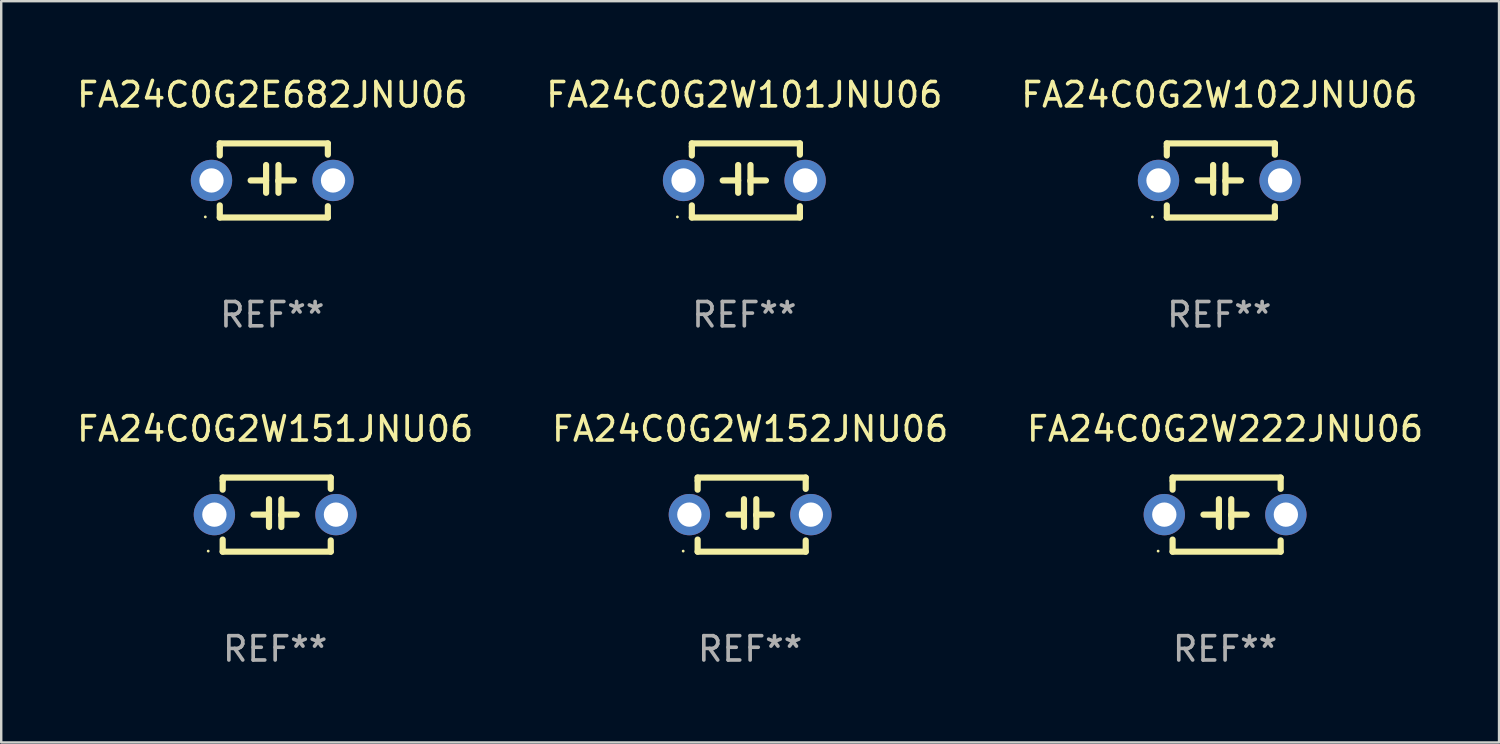
<source format=kicad_pcb>
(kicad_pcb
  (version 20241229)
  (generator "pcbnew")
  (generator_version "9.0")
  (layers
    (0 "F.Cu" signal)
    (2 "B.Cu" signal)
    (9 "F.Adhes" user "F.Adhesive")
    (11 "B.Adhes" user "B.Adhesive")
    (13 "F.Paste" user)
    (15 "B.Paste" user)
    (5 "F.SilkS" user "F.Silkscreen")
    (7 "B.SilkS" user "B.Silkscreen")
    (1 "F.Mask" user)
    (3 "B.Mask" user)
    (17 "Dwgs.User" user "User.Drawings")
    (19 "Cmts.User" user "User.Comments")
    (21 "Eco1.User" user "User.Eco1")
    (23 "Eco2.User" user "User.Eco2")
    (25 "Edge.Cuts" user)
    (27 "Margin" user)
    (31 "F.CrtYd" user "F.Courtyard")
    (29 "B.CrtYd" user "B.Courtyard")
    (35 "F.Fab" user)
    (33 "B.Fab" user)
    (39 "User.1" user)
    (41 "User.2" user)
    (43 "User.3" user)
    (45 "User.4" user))
  (footprint "FA24C0G2W152JNU06"
    (layer "F.Cu")
    (at 27.804 18.117)
    (property "Reference" "FA24C0G2W152JNU06" (at 0 -3.524 0) (layer "F.SilkS") (effects (font (size 1 1) (thickness 0.15))))
    (attr through_hole)
    (fp_line (start -2.159 -1.524) (end 2.286 -1.524) (stroke (width 0.254) (type solid)) (layer "F.SilkS"))
    (fp_line (start -2.159 -1.397) (end -2.159 -1.524) (stroke (width 0.254) (type solid)) (layer "F.SilkS"))
    (fp_line (start -2.159 -1.026) (end -2.159 -1.397) (stroke (width 0.254) (type solid)) (layer "F.SilkS"))
    (fp_line (start -2.159 1.524) (end -2.159 1.026) (stroke (width 0.254) (type solid)) (layer "F.SilkS"))
    (fp_line (start -0.889 0) (end -0.254 0) (stroke (width 0.254) (type solid)) (layer "F.SilkS"))
    (fp_line (start -0.254 0.508) (end -0.254 -0.635) (stroke (width 0.254) (type solid)) (layer "F.SilkS"))
    (fp_line (start 0.254 -0.635) (end 0.254 0.508) (stroke (width 0.254) (type solid)) (layer "F.SilkS"))
    (fp_line (start 0.254 0.04) (end 0.254 0.02) (stroke (width 0.254) (type solid)) (layer "F.SilkS"))
    (fp_line (start 0.889 0) (end 0.254 0) (stroke (width 0.254) (type solid)) (layer "F.SilkS"))
    (fp_line (start 2.286 -1.524) (end 2.286 -1.06) (stroke (width 0.254) (type solid)) (layer "F.SilkS"))
    (fp_line (start 2.286 1.06) (end 2.286 1.524) (stroke (width 0.254) (type solid)) (layer "F.SilkS"))
    (fp_line (start 2.286 1.524) (end -2.159 1.524) (stroke (width 0.254) (type solid)) (layer "F.SilkS"))
    (fp_circle (center -2.754 1.5) (end -2.724 1.5) (stroke (width 0.06) (type solid)) (fill no) (layer "F.SilkS"))
    (fp_text user "REF**" (at 0 5.524 0) (layer "F.Fab") (effects (font (size 1 1) (thickness 0.15))))
    (pad "1" thru_hole circle (at -2.5 0) (size 1.7 1.7) (drill 1) (layers "*.Cu" "*.Mask"))
    (pad "2" thru_hole circle (at 2.5 0) (size 1.7 1.7) (drill 1) (layers "*.Cu" "*.Mask")))
  (footprint "FA24C0G2W101JNU06"
    (layer "F.Cu")
    (at 27.565 4.372)
    (property "Reference" "FA24C0G2W101JNU06" (at 0 -3.524 0) (layer "F.SilkS") (effects (font (size 1 1) (thickness 0.15))))
    (attr through_hole)
    (fp_line (start -2.159 -1.524) (end 2.286 -1.524) (stroke (width 0.254) (type solid)) (layer "F.SilkS"))
    (fp_line (start -2.159 -1.397) (end -2.159 -1.524) (stroke (width 0.254) (type solid)) (layer "F.SilkS"))
    (fp_line (start -2.159 -1.026) (end -2.159 -1.397) (stroke (width 0.254) (type solid)) (layer "F.SilkS"))
    (fp_line (start -2.159 1.524) (end -2.159 1.026) (stroke (width 0.254) (type solid)) (layer "F.SilkS"))
    (fp_line (start -0.889 0) (end -0.254 0) (stroke (width 0.254) (type solid)) (layer "F.SilkS"))
    (fp_line (start -0.254 0.508) (end -0.254 -0.635) (stroke (width 0.254) (type solid)) (layer "F.SilkS"))
    (fp_line (start 0.254 -0.635) (end 0.254 0.508) (stroke (width 0.254) (type solid)) (layer "F.SilkS"))
    (fp_line (start 0.254 0.04) (end 0.254 0.02) (stroke (width 0.254) (type solid)) (layer "F.SilkS"))
    (fp_line (start 0.889 0) (end 0.254 0) (stroke (width 0.254) (type solid)) (layer "F.SilkS"))
    (fp_line (start 2.286 -1.524) (end 2.286 -1.06) (stroke (width 0.254) (type solid)) (layer "F.SilkS"))
    (fp_line (start 2.286 1.06) (end 2.286 1.524) (stroke (width 0.254) (type solid)) (layer "F.SilkS"))
    (fp_line (start 2.286 1.524) (end -2.159 1.524) (stroke (width 0.254) (type solid)) (layer "F.SilkS"))
    (fp_circle (center -2.754 1.5) (end -2.724 1.5) (stroke (width 0.06) (type solid)) (fill no) (layer "F.SilkS"))
    (fp_text user "REF**" (at 0 5.524 0) (layer "F.Fab") (effects (font (size 1 1) (thickness 0.15))))
    (pad "1" thru_hole circle (at -2.5 0) (size 1.7 1.7) (drill 1) (layers "*.Cu" "*.Mask"))
    (pad "2" thru_hole circle (at 2.5 0) (size 1.7 1.7) (drill 1) (layers "*.Cu" "*.Mask")))
  (footprint "FA24C0G2W151JNU06"
    (layer "F.Cu")
    (at 8.268 18.117)
    (property "Reference" "FA24C0G2W151JNU06" (at 0 -3.524 0) (layer "F.SilkS") (effects (font (size 1 1) (thickness 0.15))))
    (attr through_hole)
    (fp_line (start -2.159 -1.524) (end 2.286 -1.524) (stroke (width 0.254) (type solid)) (layer "F.SilkS"))
    (fp_line (start -2.159 -1.397) (end -2.159 -1.524) (stroke (width 0.254) (type solid)) (layer "F.SilkS"))
    (fp_line (start -2.159 -1.026) (end -2.159 -1.397) (stroke (width 0.254) (type solid)) (layer "F.SilkS"))
    (fp_line (start -2.159 1.524) (end -2.159 1.026) (stroke (width 0.254) (type solid)) (layer "F.SilkS"))
    (fp_line (start -0.889 0) (end -0.254 0) (stroke (width 0.254) (type solid)) (layer "F.SilkS"))
    (fp_line (start -0.254 0.508) (end -0.254 -0.635) (stroke (width 0.254) (type solid)) (layer "F.SilkS"))
    (fp_line (start 0.254 -0.635) (end 0.254 0.508) (stroke (width 0.254) (type solid)) (layer "F.SilkS"))
    (fp_line (start 0.254 0.04) (end 0.254 0.02) (stroke (width 0.254) (type solid)) (layer "F.SilkS"))
    (fp_line (start 0.889 0) (end 0.254 0) (stroke (width 0.254) (type solid)) (layer "F.SilkS"))
    (fp_line (start 2.286 -1.524) (end 2.286 -1.06) (stroke (width 0.254) (type solid)) (layer "F.SilkS"))
    (fp_line (start 2.286 1.06) (end 2.286 1.524) (stroke (width 0.254) (type solid)) (layer "F.SilkS"))
    (fp_line (start 2.286 1.524) (end -2.159 1.524) (stroke (width 0.254) (type solid)) (layer "F.SilkS"))
    (fp_circle (center -2.754 1.5) (end -2.724 1.5) (stroke (width 0.06) (type solid)) (fill no) (layer "F.SilkS"))
    (fp_text user "REF**" (at 0 5.524 0) (layer "F.Fab") (effects (font (size 1 1) (thickness 0.15))))
    (pad "1" thru_hole circle (at -2.5 0) (size 1.7 1.7) (drill 1) (layers "*.Cu" "*.Mask"))
    (pad "2" thru_hole circle (at 2.5 0) (size 1.7 1.7) (drill 1) (layers "*.Cu" "*.Mask")))
  (footprint "FA24C0G2W222JNU06"
    (layer "F.Cu")
    (at 47.339 18.117)
    (property "Reference" "FA24C0G2W222JNU06" (at 0 -3.524 0) (layer "F.SilkS") (effects (font (size 1 1) (thickness 0.15))))
    (attr through_hole)
    (fp_line (start -2.159 -1.524) (end 2.286 -1.524) (stroke (width 0.254) (type solid)) (layer "F.SilkS"))
    (fp_line (start -2.159 -1.397) (end -2.159 -1.524) (stroke (width 0.254) (type solid)) (layer "F.SilkS"))
    (fp_line (start -2.159 -1.026) (end -2.159 -1.397) (stroke (width 0.254) (type solid)) (layer "F.SilkS"))
    (fp_line (start -2.159 1.524) (end -2.159 1.026) (stroke (width 0.254) (type solid)) (layer "F.SilkS"))
    (fp_line (start -0.889 0) (end -0.254 0) (stroke (width 0.254) (type solid)) (layer "F.SilkS"))
    (fp_line (start -0.254 0.508) (end -0.254 -0.635) (stroke (width 0.254) (type solid)) (layer "F.SilkS"))
    (fp_line (start 0.254 -0.635) (end 0.254 0.508) (stroke (width 0.254) (type solid)) (layer "F.SilkS"))
    (fp_line (start 0.254 0.04) (end 0.254 0.02) (stroke (width 0.254) (type solid)) (layer "F.SilkS"))
    (fp_line (start 0.889 0) (end 0.254 0) (stroke (width 0.254) (type solid)) (layer "F.SilkS"))
    (fp_line (start 2.286 -1.524) (end 2.286 -1.06) (stroke (width 0.254) (type solid)) (layer "F.SilkS"))
    (fp_line (start 2.286 1.06) (end 2.286 1.524) (stroke (width 0.254) (type solid)) (layer "F.SilkS"))
    (fp_line (start 2.286 1.524) (end -2.159 1.524) (stroke (width 0.254) (type solid)) (layer "F.SilkS"))
    (fp_circle (center -2.754 1.5) (end -2.724 1.5) (stroke (width 0.06) (type solid)) (fill no) (layer "F.SilkS"))
    (fp_text user "REF**" (at 0 5.524 0) (layer "F.Fab") (effects (font (size 1 1) (thickness 0.15))))
    (pad "1" thru_hole circle (at -2.5 0) (size 1.7 1.7) (drill 1) (layers "*.Cu" "*.Mask"))
    (pad "2" thru_hole circle (at 2.5 0) (size 1.7 1.7) (drill 1) (layers "*.Cu" "*.Mask")))
  (footprint "FA24C0G2E682JNU06"
    (layer "F.Cu")
    (at 8.149 4.372)
    (property "Reference" "FA24C0G2E682JNU06" (at 0 -3.524 0) (layer "F.SilkS") (effects (font (size 1 1) (thickness 0.15))))
    (attr through_hole)
    (fp_line (start -2.159 -1.524) (end 2.286 -1.524) (stroke (width 0.254) (type solid)) (layer "F.SilkS"))
    (fp_line (start -2.159 -1.397) (end -2.159 -1.524) (stroke (width 0.254) (type solid)) (layer "F.SilkS"))
    (fp_line (start -2.159 -1.026) (end -2.159 -1.397) (stroke (width 0.254) (type solid)) (layer "F.SilkS"))
    (fp_line (start -2.159 1.524) (end -2.159 1.026) (stroke (width 0.254) (type solid)) (layer "F.SilkS"))
    (fp_line (start -0.889 0) (end -0.254 0) (stroke (width 0.254) (type solid)) (layer "F.SilkS"))
    (fp_line (start -0.254 0.508) (end -0.254 -0.635) (stroke (width 0.254) (type solid)) (layer "F.SilkS"))
    (fp_line (start 0.254 -0.635) (end 0.254 0.508) (stroke (width 0.254) (type solid)) (layer "F.SilkS"))
    (fp_line (start 0.254 0.04) (end 0.254 0.02) (stroke (width 0.254) (type solid)) (layer "F.SilkS"))
    (fp_line (start 0.889 0) (end 0.254 0) (stroke (width 0.254) (type solid)) (layer "F.SilkS"))
    (fp_line (start 2.286 -1.524) (end 2.286 -1.06) (stroke (width 0.254) (type solid)) (layer "F.SilkS"))
    (fp_line (start 2.286 1.06) (end 2.286 1.524) (stroke (width 0.254) (type solid)) (layer "F.SilkS"))
    (fp_line (start 2.286 1.524) (end -2.159 1.524) (stroke (width 0.254) (type solid)) (layer "F.SilkS"))
    (fp_circle (center -2.754 1.5) (end -2.724 1.5) (stroke (width 0.06) (type solid)) (fill no) (layer "F.SilkS"))
    (fp_text user "REF**" (at 0 5.524 0) (layer "F.Fab") (effects (font (size 1 1) (thickness 0.15))))
    (pad "1" thru_hole circle (at -2.5 0) (size 1.7 1.7) (drill 1) (layers "*.Cu" "*.Mask"))
    (pad "2" thru_hole circle (at 2.5 0) (size 1.7 1.7) (drill 1) (layers "*.Cu" "*.Mask")))
  (footprint "FA24C0G2W102JNU06"
    (layer "F.Cu")
    (at 47.101 4.372)
    (property "Reference" "FA24C0G2W102JNU06" (at 0 -3.524 0) (layer "F.SilkS") (effects (font (size 1 1) (thickness 0.15))))
    (attr through_hole)
    (fp_line (start -2.159 -1.524) (end 2.286 -1.524) (stroke (width 0.254) (type solid)) (layer "F.SilkS"))
    (fp_line (start -2.159 -1.397) (end -2.159 -1.524) (stroke (width 0.254) (type solid)) (layer "F.SilkS"))
    (fp_line (start -2.159 -1.026) (end -2.159 -1.397) (stroke (width 0.254) (type solid)) (layer "F.SilkS"))
    (fp_line (start -2.159 1.524) (end -2.159 1.026) (stroke (width 0.254) (type solid)) (layer "F.SilkS"))
    (fp_line (start -0.889 0) (end -0.254 0) (stroke (width 0.254) (type solid)) (layer "F.SilkS"))
    (fp_line (start -0.254 0.508) (end -0.254 -0.635) (stroke (width 0.254) (type solid)) (layer "F.SilkS"))
    (fp_line (start 0.254 -0.635) (end 0.254 0.508) (stroke (width 0.254) (type solid)) (layer "F.SilkS"))
    (fp_line (start 0.254 0.04) (end 0.254 0.02) (stroke (width 0.254) (type solid)) (layer "F.SilkS"))
    (fp_line (start 0.889 0) (end 0.254 0) (stroke (width 0.254) (type solid)) (layer "F.SilkS"))
    (fp_line (start 2.286 -1.524) (end 2.286 -1.06) (stroke (width 0.254) (type solid)) (layer "F.SilkS"))
    (fp_line (start 2.286 1.06) (end 2.286 1.524) (stroke (width 0.254) (type solid)) (layer "F.SilkS"))
    (fp_line (start 2.286 1.524) (end -2.159 1.524) (stroke (width 0.254) (type solid)) (layer "F.SilkS"))
    (fp_circle (center -2.754 1.5) (end -2.724 1.5) (stroke (width 0.06) (type solid)) (fill no) (layer "F.SilkS"))
    (fp_text user "REF**" (at 0 5.524 0) (layer "F.Fab") (effects (font (size 1 1) (thickness 0.15))))
    (pad "1" thru_hole circle (at -2.5 0) (size 1.7 1.7) (drill 1) (layers "*.Cu" "*.Mask"))
    (pad "2" thru_hole circle (at 2.5 0) (size 1.7 1.7) (drill 1) (layers "*.Cu" "*.Mask")))
  (gr_rect
    (start -3 -3)
    (end 58.607 27.489)
    (stroke (width 0.1) (type default))
    (fill no)
    (layer "Edge.Cuts")))
</source>
